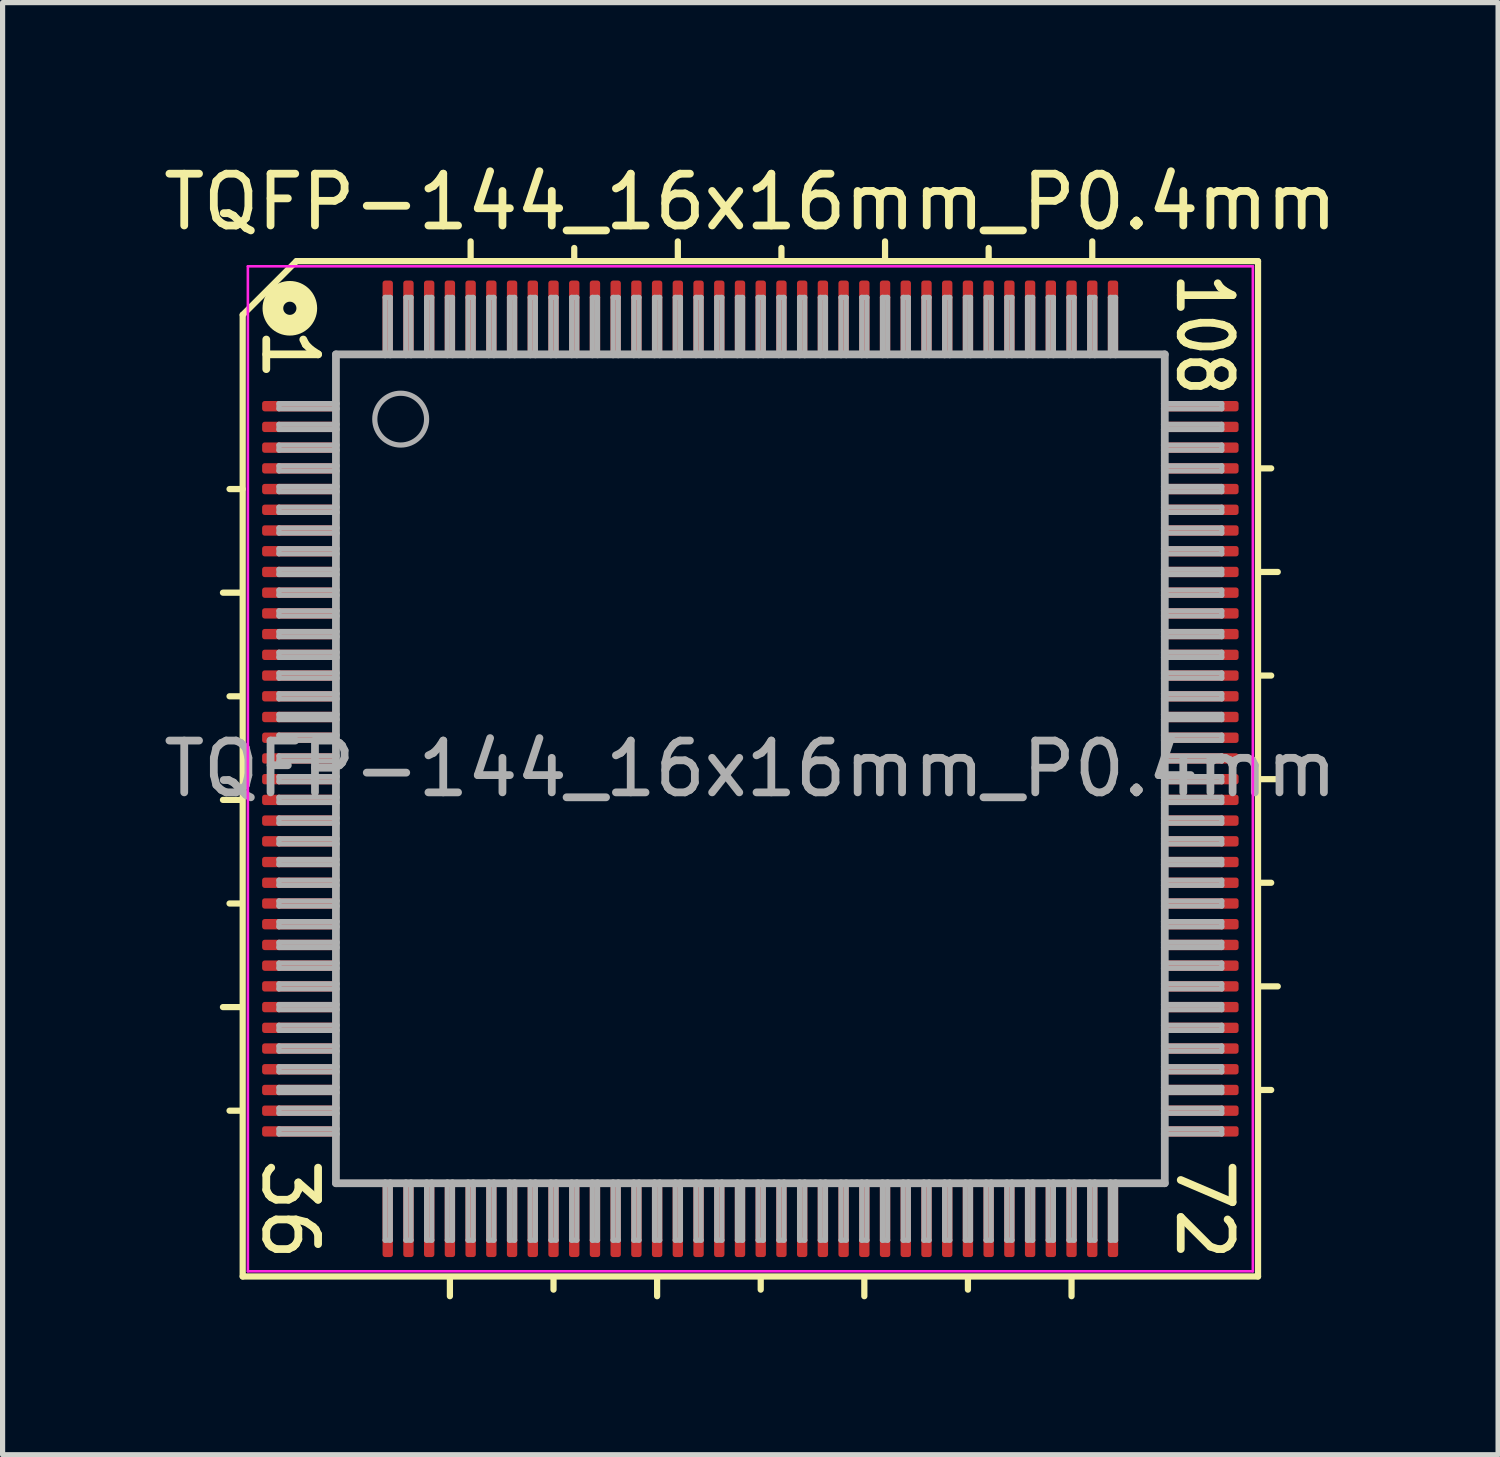
<source format=kicad_pcb>
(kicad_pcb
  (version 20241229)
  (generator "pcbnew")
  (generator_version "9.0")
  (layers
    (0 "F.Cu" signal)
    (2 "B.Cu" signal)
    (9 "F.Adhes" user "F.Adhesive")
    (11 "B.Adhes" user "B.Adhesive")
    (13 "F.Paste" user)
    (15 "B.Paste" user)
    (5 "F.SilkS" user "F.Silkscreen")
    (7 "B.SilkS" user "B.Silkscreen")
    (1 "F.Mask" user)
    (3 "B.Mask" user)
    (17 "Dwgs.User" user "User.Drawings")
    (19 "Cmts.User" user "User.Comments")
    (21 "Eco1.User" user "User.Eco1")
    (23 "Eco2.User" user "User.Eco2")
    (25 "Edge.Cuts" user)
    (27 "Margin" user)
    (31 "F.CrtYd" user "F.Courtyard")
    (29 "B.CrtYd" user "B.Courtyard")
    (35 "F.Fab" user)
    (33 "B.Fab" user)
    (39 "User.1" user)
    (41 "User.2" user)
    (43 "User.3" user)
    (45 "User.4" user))
  (footprint "TQFP-144_16x16mm_P0.4mm"
    (layer "F.Cu")
    (at 11.435 11.791)
    (property "Reference" "TQFP-144_16x16mm_P0.4mm" (at 0 -10.943 0) (layer "F.SilkS") (effects (font (size 1 1) (thickness 0.15))))
    (attr smd)
    (fp_line (start -10.181 -3.4) (end -9.821 -3.4) (stroke (width 0.12) (type solid)) (layer "F.SilkS"))
    (fp_line (start -10.181 0.6) (end -9.821 0.6) (stroke (width 0.12) (type solid)) (layer "F.SilkS"))
    (fp_line (start -10.181 4.6) (end -9.821 4.6) (stroke (width 0.12) (type solid)) (layer "F.SilkS"))
    (fp_line (start -10.054 -1.4) (end -9.821 -1.4) (stroke (width 0.12) (type solid)) (layer "F.SilkS"))
    (fp_line (start -10.054 2.6) (end -9.821 2.6) (stroke (width 0.12) (type solid)) (layer "F.SilkS"))
    (fp_line (start -10.054 6.6) (end -9.821 6.6) (stroke (width 0.12) (type solid)) (layer "F.SilkS"))
    (fp_line (start -9.8 -8.763) (end -9.8 9.8) (stroke (width 0.12) (type solid)) (layer "F.SilkS"))
    (fp_line (start -9.8 -5.4) (end -10.054 -5.4) (stroke (width 0.12) (type solid)) (layer "F.SilkS"))
    (fp_line (start -9.8 9.8) (end 9.8 9.8) (stroke (width 0.12) (type solid)) (layer "F.SilkS"))
    (fp_line (start -8.763 -9.8) (end -9.8 -8.763) (stroke (width 0.12) (type solid)) (layer "F.SilkS"))
    (fp_line (start -5.8 10.181) (end -5.8 9.821) (stroke (width 0.12) (type solid)) (layer "F.SilkS"))
    (fp_line (start -5.4 -9.821) (end -5.4 -10.181) (stroke (width 0.12) (type solid)) (layer "F.SilkS"))
    (fp_line (start -3.8 10.054) (end -3.8 9.821) (stroke (width 0.12) (type solid)) (layer "F.SilkS"))
    (fp_line (start -3.4 -9.821) (end -3.4 -10.054) (stroke (width 0.12) (type solid)) (layer "F.SilkS"))
    (fp_line (start -1.8 10.181) (end -1.8 9.821) (stroke (width 0.12) (type solid)) (layer "F.SilkS"))
    (fp_line (start -1.4 -9.821) (end -1.4 -10.181) (stroke (width 0.12) (type solid)) (layer "F.SilkS"))
    (fp_line (start 0.2 10.054) (end 0.2 9.821) (stroke (width 0.12) (type solid)) (layer "F.SilkS"))
    (fp_line (start 0.6 -9.821) (end 0.6 -10.054) (stroke (width 0.12) (type solid)) (layer "F.SilkS"))
    (fp_line (start 2.2 10.181) (end 2.2 9.821) (stroke (width 0.12) (type solid)) (layer "F.SilkS"))
    (fp_line (start 2.6 -9.821) (end 2.6 -10.181) (stroke (width 0.12) (type solid)) (layer "F.SilkS"))
    (fp_line (start 4.2 10.054) (end 4.2 9.821) (stroke (width 0.12) (type solid)) (layer "F.SilkS"))
    (fp_line (start 4.6 -9.821) (end 4.6 -10.054) (stroke (width 0.12) (type solid)) (layer "F.SilkS"))
    (fp_line (start 6.2 10.181) (end 6.2 9.821) (stroke (width 0.12) (type solid)) (layer "F.SilkS"))
    (fp_line (start 6.6 -9.821) (end 6.6 -10.181) (stroke (width 0.12) (type solid)) (layer "F.SilkS"))
    (fp_line (start 9.8 -9.8) (end -8.763 -9.8) (stroke (width 0.12) (type solid)) (layer "F.SilkS"))
    (fp_line (start 9.8 9.8) (end 9.8 -9.8) (stroke (width 0.12) (type solid)) (layer "F.SilkS"))
    (fp_line (start 9.821 -5.8) (end 10.054 -5.8) (stroke (width 0.12) (type solid)) (layer "F.SilkS"))
    (fp_line (start 9.821 -3.8) (end 10.181 -3.8) (stroke (width 0.12) (type solid)) (layer "F.SilkS"))
    (fp_line (start 9.821 -1.8) (end 10.054 -1.8) (stroke (width 0.12) (type solid)) (layer "F.SilkS"))
    (fp_line (start 9.821 0.2) (end 10.181 0.2) (stroke (width 0.12) (type solid)) (layer "F.SilkS"))
    (fp_line (start 9.821 2.2) (end 10.054 2.2) (stroke (width 0.12) (type solid)) (layer "F.SilkS"))
    (fp_line (start 9.821 4.2) (end 10.181 4.2) (stroke (width 0.12) (type solid)) (layer "F.SilkS"))
    (fp_line (start 9.821 6.2) (end 10.054 6.2) (stroke (width 0.12) (type solid)) (layer "F.SilkS"))
    (fp_circle (center -8.89 -8.89) (end -8.763 -8.89) (stroke (width 0.4) (type solid)) (fill no) (layer "F.SilkS"))
    (fp_line (start -9.7 -9.7) (end -9.7 9.7) (stroke (width 0.05) (type solid)) (layer "F.CrtYd"))
    (fp_line (start -9.7 -9.7) (end 9.7 -9.7) (stroke (width 0.05) (type solid)) (layer "F.CrtYd"))
    (fp_line (start -9.7 9.7) (end 9.7 9.7) (stroke (width 0.05) (type solid)) (layer "F.CrtYd"))
    (fp_line (start 9.7 -9.7) (end 9.7 9.7) (stroke (width 0.05) (type solid)) (layer "F.CrtYd"))
    (fp_line (start -9.1 -7.05) (end -9.1 -6.95) (stroke (width 0.1) (type solid)) (layer "F.Fab"))
    (fp_line (start -9.1 -7.05) (end -7.975 -7.05) (stroke (width 0.1) (type solid)) (layer "F.Fab"))
    (fp_line (start -9.1 -6.95) (end -7.975 -6.95) (stroke (width 0.1) (type solid)) (layer "F.Fab"))
    (fp_line (start -9.1 -6.65) (end -9.1 -6.55) (stroke (width 0.1) (type solid)) (layer "F.Fab"))
    (fp_line (start -9.1 -6.65) (end -7.975 -6.65) (stroke (width 0.1) (type solid)) (layer "F.Fab"))
    (fp_line (start -9.1 -6.55) (end -7.975 -6.55) (stroke (width 0.1) (type solid)) (layer "F.Fab"))
    (fp_line (start -9.1 -6.25) (end -9.1 -6.15) (stroke (width 0.1) (type solid)) (layer "F.Fab"))
    (fp_line (start -9.1 -6.25) (end -7.975 -6.25) (stroke (width 0.1) (type solid)) (layer "F.Fab"))
    (fp_line (start -9.1 -6.15) (end -7.975 -6.15) (stroke (width 0.1) (type solid)) (layer "F.Fab"))
    (fp_line (start -9.1 -5.85) (end -9.1 -5.75) (stroke (width 0.1) (type solid)) (layer "F.Fab"))
    (fp_line (start -9.1 -5.85) (end -7.975 -5.85) (stroke (width 0.1) (type solid)) (layer "F.Fab"))
    (fp_line (start -9.1 -5.75) (end -7.975 -5.75) (stroke (width 0.1) (type solid)) (layer "F.Fab"))
    (fp_line (start -9.1 -5.45) (end -9.1 -5.35) (stroke (width 0.1) (type solid)) (layer "F.Fab"))
    (fp_line (start -9.1 -5.45) (end -7.975 -5.45) (stroke (width 0.1) (type solid)) (layer "F.Fab"))
    (fp_line (start -9.1 -5.35) (end -7.975 -5.35) (stroke (width 0.1) (type solid)) (layer "F.Fab"))
    (fp_line (start -9.1 -5.05) (end -9.1 -4.95) (stroke (width 0.1) (type solid)) (layer "F.Fab"))
    (fp_line (start -9.1 -5.05) (end -7.975 -5.05) (stroke (width 0.1) (type solid)) (layer "F.Fab"))
    (fp_line (start -9.1 -4.95) (end -7.975 -4.95) (stroke (width 0.1) (type solid)) (layer "F.Fab"))
    (fp_line (start -9.1 -4.65) (end -9.1 -4.55) (stroke (width 0.1) (type solid)) (layer "F.Fab"))
    (fp_line (start -9.1 -4.65) (end -7.975 -4.65) (stroke (width 0.1) (type solid)) (layer "F.Fab"))
    (fp_line (start -9.1 -4.55) (end -7.975 -4.55) (stroke (width 0.1) (type solid)) (layer "F.Fab"))
    (fp_line (start -9.1 -4.25) (end -9.1 -4.15) (stroke (width 0.1) (type solid)) (layer "F.Fab"))
    (fp_line (start -9.1 -4.25) (end -7.975 -4.25) (stroke (width 0.1) (type solid)) (layer "F.Fab"))
    (fp_line (start -9.1 -4.15) (end -7.975 -4.15) (stroke (width 0.1) (type solid)) (layer "F.Fab"))
    (fp_line (start -9.1 -3.85) (end -9.1 -3.75) (stroke (width 0.1) (type solid)) (layer "F.Fab"))
    (fp_line (start -9.1 -3.85) (end -7.975 -3.85) (stroke (width 0.1) (type solid)) (layer "F.Fab"))
    (fp_line (start -9.1 -3.75) (end -7.975 -3.75) (stroke (width 0.1) (type solid)) (layer "F.Fab"))
    (fp_line (start -9.1 -3.45) (end -9.1 -3.35) (stroke (width 0.1) (type solid)) (layer "F.Fab"))
    (fp_line (start -9.1 -3.45) (end -7.975 -3.45) (stroke (width 0.1) (type solid)) (layer "F.Fab"))
    (fp_line (start -9.1 -3.35) (end -7.975 -3.35) (stroke (width 0.1) (type solid)) (layer "F.Fab"))
    (fp_line (start -9.1 -3.05) (end -9.1 -2.95) (stroke (width 0.1) (type solid)) (layer "F.Fab"))
    (fp_line (start -9.1 -3.05) (end -7.975 -3.05) (stroke (width 0.1) (type solid)) (layer "F.Fab"))
    (fp_line (start -9.1 -2.95) (end -7.975 -2.95) (stroke (width 0.1) (type solid)) (layer "F.Fab"))
    (fp_line (start -9.1 -2.65) (end -9.1 -2.55) (stroke (width 0.1) (type solid)) (layer "F.Fab"))
    (fp_line (start -9.1 -2.65) (end -7.975 -2.65) (stroke (width 0.1) (type solid)) (layer "F.Fab"))
    (fp_line (start -9.1 -2.55) (end -7.975 -2.55) (stroke (width 0.1) (type solid)) (layer "F.Fab"))
    (fp_line (start -9.1 -2.25) (end -9.1 -2.15) (stroke (width 0.1) (type solid)) (layer "F.Fab"))
    (fp_line (start -9.1 -2.25) (end -7.975 -2.25) (stroke (width 0.1) (type solid)) (layer "F.Fab"))
    (fp_line (start -9.1 -2.15) (end -7.975 -2.15) (stroke (width 0.1) (type solid)) (layer "F.Fab"))
    (fp_line (start -9.1 -1.85) (end -9.1 -1.75) (stroke (width 0.1) (type solid)) (layer "F.Fab"))
    (fp_line (start -9.1 -1.85) (end -7.975 -1.85) (stroke (width 0.1) (type solid)) (layer "F.Fab"))
    (fp_line (start -9.1 -1.75) (end -7.975 -1.75) (stroke (width 0.1) (type solid)) (layer "F.Fab"))
    (fp_line (start -9.1 -1.45) (end -9.1 -1.35) (stroke (width 0.1) (type solid)) (layer "F.Fab"))
    (fp_line (start -9.1 -1.45) (end -7.975 -1.45) (stroke (width 0.1) (type solid)) (layer "F.Fab"))
    (fp_line (start -9.1 -1.35) (end -7.975 -1.35) (stroke (width 0.1) (type solid)) (layer "F.Fab"))
    (fp_line (start -9.1 -1.05) (end -9.1 -0.95) (stroke (width 0.1) (type solid)) (layer "F.Fab"))
    (fp_line (start -9.1 -1.05) (end -7.975 -1.05) (stroke (width 0.1) (type solid)) (layer "F.Fab"))
    (fp_line (start -9.1 -0.95) (end -7.975 -0.95) (stroke (width 0.1) (type solid)) (layer "F.Fab"))
    (fp_line (start -9.1 -0.65) (end -9.1 -0.55) (stroke (width 0.1) (type solid)) (layer "F.Fab"))
    (fp_line (start -9.1 -0.65) (end -7.975 -0.65) (stroke (width 0.1) (type solid)) (layer "F.Fab"))
    (fp_line (start -9.1 -0.55) (end -7.975 -0.55) (stroke (width 0.1) (type solid)) (layer "F.Fab"))
    (fp_line (start -9.1 -0.25) (end -9.1 -0.15) (stroke (width 0.1) (type solid)) (layer "F.Fab"))
    (fp_line (start -9.1 -0.25) (end -7.975 -0.25) (stroke (width 0.1) (type solid)) (layer "F.Fab"))
    (fp_line (start -9.1 -0.15) (end -7.975 -0.15) (stroke (width 0.1) (type solid)) (layer "F.Fab"))
    (fp_line (start -9.1 0.15) (end -9.1 0.25) (stroke (width 0.1) (type solid)) (layer "F.Fab"))
    (fp_line (start -9.1 0.15) (end -7.975 0.15) (stroke (width 0.1) (type solid)) (layer "F.Fab"))
    (fp_line (start -9.1 0.25) (end -7.975 0.25) (stroke (width 0.1) (type solid)) (layer "F.Fab"))
    (fp_line (start -9.1 0.55) (end -9.1 0.65) (stroke (width 0.1) (type solid)) (layer "F.Fab"))
    (fp_line (start -9.1 0.55) (end -7.975 0.55) (stroke (width 0.1) (type solid)) (layer "F.Fab"))
    (fp_line (start -9.1 0.65) (end -7.975 0.65) (stroke (width 0.1) (type solid)) (layer "F.Fab"))
    (fp_line (start -9.1 0.95) (end -9.1 1.05) (stroke (width 0.1) (type solid)) (layer "F.Fab"))
    (fp_line (start -9.1 0.95) (end -7.975 0.95) (stroke (width 0.1) (type solid)) (layer "F.Fab"))
    (fp_line (start -9.1 1.05) (end -7.975 1.05) (stroke (width 0.1) (type solid)) (layer "F.Fab"))
    (fp_line (start -9.1 1.35) (end -9.1 1.45) (stroke (width 0.1) (type solid)) (layer "F.Fab"))
    (fp_line (start -9.1 1.35) (end -7.975 1.35) (stroke (width 0.1) (type solid)) (layer "F.Fab"))
    (fp_line (start -9.1 1.45) (end -7.975 1.45) (stroke (width 0.1) (type solid)) (layer "F.Fab"))
    (fp_line (start -9.1 1.75) (end -9.1 1.85) (stroke (width 0.1) (type solid)) (layer "F.Fab"))
    (fp_line (start -9.1 1.75) (end -7.975 1.75) (stroke (width 0.1) (type solid)) (layer "F.Fab"))
    (fp_line (start -9.1 1.85) (end -7.975 1.85) (stroke (width 0.1) (type solid)) (layer "F.Fab"))
    (fp_line (start -9.1 2.15) (end -9.1 2.25) (stroke (width 0.1) (type solid)) (layer "F.Fab"))
    (fp_line (start -9.1 2.15) (end -7.975 2.15) (stroke (width 0.1) (type solid)) (layer "F.Fab"))
    (fp_line (start -9.1 2.25) (end -7.975 2.25) (stroke (width 0.1) (type solid)) (layer "F.Fab"))
    (fp_line (start -9.1 2.55) (end -9.1 2.65) (stroke (width 0.1) (type solid)) (layer "F.Fab"))
    (fp_line (start -9.1 2.55) (end -7.975 2.55) (stroke (width 0.1) (type solid)) (layer "F.Fab"))
    (fp_line (start -9.1 2.65) (end -7.975 2.65) (stroke (width 0.1) (type solid)) (layer "F.Fab"))
    (fp_line (start -9.1 2.95) (end -9.1 3.05) (stroke (width 0.1) (type solid)) (layer "F.Fab"))
    (fp_line (start -9.1 2.95) (end -7.975 2.95) (stroke (width 0.1) (type solid)) (layer "F.Fab"))
    (fp_line (start -9.1 3.05) (end -7.975 3.05) (stroke (width 0.1) (type solid)) (layer "F.Fab"))
    (fp_line (start -9.1 3.35) (end -9.1 3.45) (stroke (width 0.1) (type solid)) (layer "F.Fab"))
    (fp_line (start -9.1 3.35) (end -7.975 3.35) (stroke (width 0.1) (type solid)) (layer "F.Fab"))
    (fp_line (start -9.1 3.45) (end -7.975 3.45) (stroke (width 0.1) (type solid)) (layer "F.Fab"))
    (fp_line (start -9.1 3.75) (end -9.1 3.85) (stroke (width 0.1) (type solid)) (layer "F.Fab"))
    (fp_line (start -9.1 3.75) (end -7.975 3.75) (stroke (width 0.1) (type solid)) (layer "F.Fab"))
    (fp_line (start -9.1 3.85) (end -7.975 3.85) (stroke (width 0.1) (type solid)) (layer "F.Fab"))
    (fp_line (start -9.1 4.15) (end -9.1 4.25) (stroke (width 0.1) (type solid)) (layer "F.Fab"))
    (fp_line (start -9.1 4.15) (end -7.975 4.15) (stroke (width 0.1) (type solid)) (layer "F.Fab"))
    (fp_line (start -9.1 4.25) (end -7.975 4.25) (stroke (width 0.1) (type solid)) (layer "F.Fab"))
    (fp_line (start -9.1 4.55) (end -9.1 4.65) (stroke (width 0.1) (type solid)) (layer "F.Fab"))
    (fp_line (start -9.1 4.55) (end -7.975 4.55) (stroke (width 0.1) (type solid)) (layer "F.Fab"))
    (fp_line (start -9.1 4.65) (end -7.975 4.65) (stroke (width 0.1) (type solid)) (layer "F.Fab"))
    (fp_line (start -9.1 4.95) (end -9.1 5.05) (stroke (width 0.1) (type solid)) (layer "F.Fab"))
    (fp_line (start -9.1 4.95) (end -7.975 4.95) (stroke (width 0.1) (type solid)) (layer "F.Fab"))
    (fp_line (start -9.1 5.05) (end -7.975 5.05) (stroke (width 0.1) (type solid)) (layer "F.Fab"))
    (fp_line (start -9.1 5.35) (end -9.1 5.45) (stroke (width 0.1) (type solid)) (layer "F.Fab"))
    (fp_line (start -9.1 5.35) (end -7.975 5.35) (stroke (width 0.1) (type solid)) (layer "F.Fab"))
    (fp_line (start -9.1 5.45) (end -7.975 5.45) (stroke (width 0.1) (type solid)) (layer "F.Fab"))
    (fp_line (start -9.1 5.75) (end -9.1 5.85) (stroke (width 0.1) (type solid)) (layer "F.Fab"))
    (fp_line (start -9.1 5.75) (end -7.975 5.75) (stroke (width 0.1) (type solid)) (layer "F.Fab"))
    (fp_line (start -9.1 5.85) (end -7.975 5.85) (stroke (width 0.1) (type solid)) (layer "F.Fab"))
    (fp_line (start -9.1 6.15) (end -9.1 6.25) (stroke (width 0.1) (type solid)) (layer "F.Fab"))
    (fp_line (start -9.1 6.15) (end -7.975 6.15) (stroke (width 0.1) (type solid)) (layer "F.Fab"))
    (fp_line (start -9.1 6.25) (end -7.975 6.25) (stroke (width 0.1) (type solid)) (layer "F.Fab"))
    (fp_line (start -9.1 6.55) (end -9.1 6.65) (stroke (width 0.1) (type solid)) (layer "F.Fab"))
    (fp_line (start -9.1 6.55) (end -7.975 6.55) (stroke (width 0.1) (type solid)) (layer "F.Fab"))
    (fp_line (start -9.1 6.65) (end -7.975 6.65) (stroke (width 0.1) (type solid)) (layer "F.Fab"))
    (fp_line (start -9.1 6.95) (end -9.1 7.05) (stroke (width 0.1) (type solid)) (layer "F.Fab"))
    (fp_line (start -9.1 6.95) (end -7.975 6.95) (stroke (width 0.1) (type solid)) (layer "F.Fab"))
    (fp_line (start -9.1 7.05) (end -7.975 7.05) (stroke (width 0.1) (type solid)) (layer "F.Fab"))
    (fp_line (start -8 -8) (end 8 -8) (stroke (width 0.15) (type solid)) (layer "F.Fab"))
    (fp_line (start -8 8) (end -8 -8) (stroke (width 0.15) (type solid)) (layer "F.Fab"))
    (fp_line (start -7.05 -9.1) (end -7.05 -7.975) (stroke (width 0.1) (type solid)) (layer "F.Fab"))
    (fp_line (start -7.05 9.1) (end -7.05 7.975) (stroke (width 0.1) (type solid)) (layer "F.Fab"))
    (fp_line (start -7.05 9.1) (end -6.95 9.1) (stroke (width 0.1) (type solid)) (layer "F.Fab"))
    (fp_line (start -6.95 -9.1) (end -7.05 -9.1) (stroke (width 0.1) (type solid)) (layer "F.Fab"))
    (fp_line (start -6.95 -9.1) (end -6.95 -7.975) (stroke (width 0.1) (type solid)) (layer "F.Fab"))
    (fp_line (start -6.95 9.1) (end -6.95 7.975) (stroke (width 0.1) (type solid)) (layer "F.Fab"))
    (fp_line (start -6.65 -9.1) (end -6.65 -7.975) (stroke (width 0.1) (type solid)) (layer "F.Fab"))
    (fp_line (start -6.65 9.1) (end -6.65 7.975) (stroke (width 0.1) (type solid)) (layer "F.Fab"))
    (fp_line (start -6.65 9.1) (end -6.55 9.1) (stroke (width 0.1) (type solid)) (layer "F.Fab"))
    (fp_line (start -6.55 -9.1) (end -6.65 -9.1) (stroke (width 0.1) (type solid)) (layer "F.Fab"))
    (fp_line (start -6.55 -9.1) (end -6.55 -7.975) (stroke (width 0.1) (type solid)) (layer "F.Fab"))
    (fp_line (start -6.55 9.1) (end -6.55 7.975) (stroke (width 0.1) (type solid)) (layer "F.Fab"))
    (fp_line (start -6.25 -9.1) (end -6.25 -7.975) (stroke (width 0.1) (type solid)) (layer "F.Fab"))
    (fp_line (start -6.25 9.1) (end -6.25 7.975) (stroke (width 0.1) (type solid)) (layer "F.Fab"))
    (fp_line (start -6.25 9.1) (end -6.15 9.1) (stroke (width 0.1) (type solid)) (layer "F.Fab"))
    (fp_line (start -6.15 -9.1) (end -6.25 -9.1) (stroke (width 0.1) (type solid)) (layer "F.Fab"))
    (fp_line (start -6.15 -9.1) (end -6.15 -7.975) (stroke (width 0.1) (type solid)) (layer "F.Fab"))
    (fp_line (start -6.15 9.1) (end -6.15 7.975) (stroke (width 0.1) (type solid)) (layer "F.Fab"))
    (fp_line (start -5.85 -9.1) (end -5.85 -7.975) (stroke (width 0.1) (type solid)) (layer "F.Fab"))
    (fp_line (start -5.85 9.1) (end -5.85 7.975) (stroke (width 0.1) (type solid)) (layer "F.Fab"))
    (fp_line (start -5.85 9.1) (end -5.75 9.1) (stroke (width 0.1) (type solid)) (layer "F.Fab"))
    (fp_line (start -5.75 -9.1) (end -5.85 -9.1) (stroke (width 0.1) (type solid)) (layer "F.Fab"))
    (fp_line (start -5.75 -9.1) (end -5.75 -7.975) (stroke (width 0.1) (type solid)) (layer "F.Fab"))
    (fp_line (start -5.75 9.1) (end -5.75 7.975) (stroke (width 0.1) (type solid)) (layer "F.Fab"))
    (fp_line (start -5.45 -9.1) (end -5.45 -7.975) (stroke (width 0.1) (type solid)) (layer "F.Fab"))
    (fp_line (start -5.45 9.1) (end -5.45 7.975) (stroke (width 0.1) (type solid)) (layer "F.Fab"))
    (fp_line (start -5.45 9.1) (end -5.35 9.1) (stroke (width 0.1) (type solid)) (layer "F.Fab"))
    (fp_line (start -5.35 -9.1) (end -5.45 -9.1) (stroke (width 0.1) (type solid)) (layer "F.Fab"))
    (fp_line (start -5.35 -9.1) (end -5.35 -7.975) (stroke (width 0.1) (type solid)) (layer "F.Fab"))
    (fp_line (start -5.35 9.1) (end -5.35 7.975) (stroke (width 0.1) (type solid)) (layer "F.Fab"))
    (fp_line (start -5.05 -9.1) (end -5.05 -7.975) (stroke (width 0.1) (type solid)) (layer "F.Fab"))
    (fp_line (start -5.05 9.1) (end -5.05 7.975) (stroke (width 0.1) (type solid)) (layer "F.Fab"))
    (fp_line (start -5.05 9.1) (end -4.95 9.1) (stroke (width 0.1) (type solid)) (layer "F.Fab"))
    (fp_line (start -4.95 -9.1) (end -5.05 -9.1) (stroke (width 0.1) (type solid)) (layer "F.Fab"))
    (fp_line (start -4.95 -9.1) (end -4.95 -7.975) (stroke (width 0.1) (type solid)) (layer "F.Fab"))
    (fp_line (start -4.95 9.1) (end -4.95 7.975) (stroke (width 0.1) (type solid)) (layer "F.Fab"))
    (fp_line (start -4.65 -9.1) (end -4.65 -7.975) (stroke (width 0.1) (type solid)) (layer "F.Fab"))
    (fp_line (start -4.65 9.1) (end -4.65 7.975) (stroke (width 0.1) (type solid)) (layer "F.Fab"))
    (fp_line (start -4.65 9.1) (end -4.55 9.1) (stroke (width 0.1) (type solid)) (layer "F.Fab"))
    (fp_line (start -4.55 -9.1) (end -4.65 -9.1) (stroke (width 0.1) (type solid)) (layer "F.Fab"))
    (fp_line (start -4.55 -9.1) (end -4.55 -7.975) (stroke (width 0.1) (type solid)) (layer "F.Fab"))
    (fp_line (start -4.55 9.1) (end -4.55 7.975) (stroke (width 0.1) (type solid)) (layer "F.Fab"))
    (fp_line (start -4.25 -9.1) (end -4.25 -7.975) (stroke (width 0.1) (type solid)) (layer "F.Fab"))
    (fp_line (start -4.25 9.1) (end -4.25 7.975) (stroke (width 0.1) (type solid)) (layer "F.Fab"))
    (fp_line (start -4.25 9.1) (end -4.15 9.1) (stroke (width 0.1) (type solid)) (layer "F.Fab"))
    (fp_line (start -4.15 -9.1) (end -4.25 -9.1) (stroke (width 0.1) (type solid)) (layer "F.Fab"))
    (fp_line (start -4.15 -9.1) (end -4.15 -7.975) (stroke (width 0.1) (type solid)) (layer "F.Fab"))
    (fp_line (start -4.15 9.1) (end -4.15 7.975) (stroke (width 0.1) (type solid)) (layer "F.Fab"))
    (fp_line (start -3.85 -9.1) (end -3.85 -7.975) (stroke (width 0.1) (type solid)) (layer "F.Fab"))
    (fp_line (start -3.85 9.1) (end -3.85 7.975) (stroke (width 0.1) (type solid)) (layer "F.Fab"))
    (fp_line (start -3.85 9.1) (end -3.75 9.1) (stroke (width 0.1) (type solid)) (layer "F.Fab"))
    (fp_line (start -3.75 -9.1) (end -3.85 -9.1) (stroke (width 0.1) (type solid)) (layer "F.Fab"))
    (fp_line (start -3.75 -9.1) (end -3.75 -7.975) (stroke (width 0.1) (type solid)) (layer "F.Fab"))
    (fp_line (start -3.75 9.1) (end -3.75 7.975) (stroke (width 0.1) (type solid)) (layer "F.Fab"))
    (fp_line (start -3.45 -9.1) (end -3.45 -7.975) (stroke (width 0.1) (type solid)) (layer "F.Fab"))
    (fp_line (start -3.45 9.1) (end -3.45 7.975) (stroke (width 0.1) (type solid)) (layer "F.Fab"))
    (fp_line (start -3.45 9.1) (end -3.35 9.1) (stroke (width 0.1) (type solid)) (layer "F.Fab"))
    (fp_line (start -3.35 -9.1) (end -3.45 -9.1) (stroke (width 0.1) (type solid)) (layer "F.Fab"))
    (fp_line (start -3.35 -9.1) (end -3.35 -7.975) (stroke (width 0.1) (type solid)) (layer "F.Fab"))
    (fp_line (start -3.35 9.1) (end -3.35 7.975) (stroke (width 0.1) (type solid)) (layer "F.Fab"))
    (fp_line (start -3.05 -9.1) (end -3.05 -7.975) (stroke (width 0.1) (type solid)) (layer "F.Fab"))
    (fp_line (start -3.05 9.1) (end -3.05 7.975) (stroke (width 0.1) (type solid)) (layer "F.Fab"))
    (fp_line (start -3.05 9.1) (end -2.95 9.1) (stroke (width 0.1) (type solid)) (layer "F.Fab"))
    (fp_line (start -2.95 -9.1) (end -3.05 -9.1) (stroke (width 0.1) (type solid)) (layer "F.Fab"))
    (fp_line (start -2.95 -9.1) (end -2.95 -7.975) (stroke (width 0.1) (type solid)) (layer "F.Fab"))
    (fp_line (start -2.95 9.1) (end -2.95 7.975) (stroke (width 0.1) (type solid)) (layer "F.Fab"))
    (fp_line (start -2.65 -9.1) (end -2.65 -7.975) (stroke (width 0.1) (type solid)) (layer "F.Fab"))
    (fp_line (start -2.65 9.1) (end -2.65 7.975) (stroke (width 0.1) (type solid)) (layer "F.Fab"))
    (fp_line (start -2.65 9.1) (end -2.55 9.1) (stroke (width 0.1) (type solid)) (layer "F.Fab"))
    (fp_line (start -2.55 -9.1) (end -2.65 -9.1) (stroke (width 0.1) (type solid)) (layer "F.Fab"))
    (fp_line (start -2.55 -9.1) (end -2.55 -7.975) (stroke (width 0.1) (type solid)) (layer "F.Fab"))
    (fp_line (start -2.55 9.1) (end -2.55 7.975) (stroke (width 0.1) (type solid)) (layer "F.Fab"))
    (fp_line (start -2.25 -9.1) (end -2.25 -7.975) (stroke (width 0.1) (type solid)) (layer "F.Fab"))
    (fp_line (start -2.25 9.1) (end -2.25 7.975) (stroke (width 0.1) (type solid)) (layer "F.Fab"))
    (fp_line (start -2.25 9.1) (end -2.15 9.1) (stroke (width 0.1) (type solid)) (layer "F.Fab"))
    (fp_line (start -2.15 -9.1) (end -2.25 -9.1) (stroke (width 0.1) (type solid)) (layer "F.Fab"))
    (fp_line (start -2.15 -9.1) (end -2.15 -7.975) (stroke (width 0.1) (type solid)) (layer "F.Fab"))
    (fp_line (start -2.15 9.1) (end -2.15 7.975) (stroke (width 0.1) (type solid)) (layer "F.Fab"))
    (fp_line (start -1.85 -9.1) (end -1.85 -7.975) (stroke (width 0.1) (type solid)) (layer "F.Fab"))
    (fp_line (start -1.85 9.1) (end -1.85 7.975) (stroke (width 0.1) (type solid)) (layer "F.Fab"))
    (fp_line (start -1.85 9.1) (end -1.75 9.1) (stroke (width 0.1) (type solid)) (layer "F.Fab"))
    (fp_line (start -1.75 -9.1) (end -1.85 -9.1) (stroke (width 0.1) (type solid)) (layer "F.Fab"))
    (fp_line (start -1.75 -9.1) (end -1.75 -7.975) (stroke (width 0.1) (type solid)) (layer "F.Fab"))
    (fp_line (start -1.75 9.1) (end -1.75 7.975) (stroke (width 0.1) (type solid)) (layer "F.Fab"))
    (fp_line (start -1.45 -9.1) (end -1.45 -7.975) (stroke (width 0.1) (type solid)) (layer "F.Fab"))
    (fp_line (start -1.45 9.1) (end -1.45 7.975) (stroke (width 0.1) (type solid)) (layer "F.Fab"))
    (fp_line (start -1.45 9.1) (end -1.35 9.1) (stroke (width 0.1) (type solid)) (layer "F.Fab"))
    (fp_line (start -1.35 -9.1) (end -1.45 -9.1) (stroke (width 0.1) (type solid)) (layer "F.Fab"))
    (fp_line (start -1.35 -9.1) (end -1.35 -7.975) (stroke (width 0.1) (type solid)) (layer "F.Fab"))
    (fp_line (start -1.35 9.1) (end -1.35 7.975) (stroke (width 0.1) (type solid)) (layer "F.Fab"))
    (fp_line (start -1.05 -9.1) (end -1.05 -7.975) (stroke (width 0.1) (type solid)) (layer "F.Fab"))
    (fp_line (start -1.05 9.1) (end -1.05 7.975) (stroke (width 0.1) (type solid)) (layer "F.Fab"))
    (fp_line (start -1.05 9.1) (end -0.95 9.1) (stroke (width 0.1) (type solid)) (layer "F.Fab"))
    (fp_line (start -0.95 -9.1) (end -1.05 -9.1) (stroke (width 0.1) (type solid)) (layer "F.Fab"))
    (fp_line (start -0.95 -9.1) (end -0.95 -7.975) (stroke (width 0.1) (type solid)) (layer "F.Fab"))
    (fp_line (start -0.95 9.1) (end -0.95 7.975) (stroke (width 0.1) (type solid)) (layer "F.Fab"))
    (fp_line (start -0.65 -9.1) (end -0.65 -7.975) (stroke (width 0.1) (type solid)) (layer "F.Fab"))
    (fp_line (start -0.65 9.1) (end -0.65 7.975) (stroke (width 0.1) (type solid)) (layer "F.Fab"))
    (fp_line (start -0.65 9.1) (end -0.55 9.1) (stroke (width 0.1) (type solid)) (layer "F.Fab"))
    (fp_line (start -0.55 -9.1) (end -0.65 -9.1) (stroke (width 0.1) (type solid)) (layer "F.Fab"))
    (fp_line (start -0.55 -9.1) (end -0.55 -7.975) (stroke (width 0.1) (type solid)) (layer "F.Fab"))
    (fp_line (start -0.55 9.1) (end -0.55 7.975) (stroke (width 0.1) (type solid)) (layer "F.Fab"))
    (fp_line (start -0.25 -9.1) (end -0.25 -7.975) (stroke (width 0.1) (type solid)) (layer "F.Fab"))
    (fp_line (start -0.25 9.1) (end -0.25 7.975) (stroke (width 0.1) (type solid)) (layer "F.Fab"))
    (fp_line (start -0.25 9.1) (end -0.15 9.1) (stroke (width 0.1) (type solid)) (layer "F.Fab"))
    (fp_line (start -0.15 -9.1) (end -0.25 -9.1) (stroke (width 0.1) (type solid)) (layer "F.Fab"))
    (fp_line (start -0.15 -9.1) (end -0.15 -7.975) (stroke (width 0.1) (type solid)) (layer "F.Fab"))
    (fp_line (start -0.15 9.1) (end -0.15 7.975) (stroke (width 0.1) (type solid)) (layer "F.Fab"))
    (fp_line (start 0.15 -9.1) (end 0.15 -7.975) (stroke (width 0.1) (type solid)) (layer "F.Fab"))
    (fp_line (start 0.15 9.1) (end 0.15 7.975) (stroke (width 0.1) (type solid)) (layer "F.Fab"))
    (fp_line (start 0.15 9.1) (end 0.25 9.1) (stroke (width 0.1) (type solid)) (layer "F.Fab"))
    (fp_line (start 0.25 -9.1) (end 0.15 -9.1) (stroke (width 0.1) (type solid)) (layer "F.Fab"))
    (fp_line (start 0.25 -9.1) (end 0.25 -7.975) (stroke (width 0.1) (type solid)) (layer "F.Fab"))
    (fp_line (start 0.25 9.1) (end 0.25 7.975) (stroke (width 0.1) (type solid)) (layer "F.Fab"))
    (fp_line (start 0.55 -9.1) (end 0.55 -7.975) (stroke (width 0.1) (type solid)) (layer "F.Fab"))
    (fp_line (start 0.55 9.1) (end 0.55 7.975) (stroke (width 0.1) (type solid)) (layer "F.Fab"))
    (fp_line (start 0.55 9.1) (end 0.65 9.1) (stroke (width 0.1) (type solid)) (layer "F.Fab"))
    (fp_line (start 0.65 -9.1) (end 0.55 -9.1) (stroke (width 0.1) (type solid)) (layer "F.Fab"))
    (fp_line (start 0.65 -9.1) (end 0.65 -7.975) (stroke (width 0.1) (type solid)) (layer "F.Fab"))
    (fp_line (start 0.65 9.1) (end 0.65 7.975) (stroke (width 0.1) (type solid)) (layer "F.Fab"))
    (fp_line (start 0.95 -9.1) (end 0.95 -7.975) (stroke (width 0.1) (type solid)) (layer "F.Fab"))
    (fp_line (start 0.95 9.1) (end 0.95 7.975) (stroke (width 0.1) (type solid)) (layer "F.Fab"))
    (fp_line (start 0.95 9.1) (end 1.05 9.1) (stroke (width 0.1) (type solid)) (layer "F.Fab"))
    (fp_line (start 1.05 -9.1) (end 0.95 -9.1) (stroke (width 0.1) (type solid)) (layer "F.Fab"))
    (fp_line (start 1.05 -9.1) (end 1.05 -7.975) (stroke (width 0.1) (type solid)) (layer "F.Fab"))
    (fp_line (start 1.05 9.1) (end 1.05 7.975) (stroke (width 0.1) (type solid)) (layer "F.Fab"))
    (fp_line (start 1.35 -9.1) (end 1.35 -7.975) (stroke (width 0.1) (type solid)) (layer "F.Fab"))
    (fp_line (start 1.35 9.1) (end 1.35 7.975) (stroke (width 0.1) (type solid)) (layer "F.Fab"))
    (fp_line (start 1.35 9.1) (end 1.45 9.1) (stroke (width 0.1) (type solid)) (layer "F.Fab"))
    (fp_line (start 1.45 -9.1) (end 1.35 -9.1) (stroke (width 0.1) (type solid)) (layer "F.Fab"))
    (fp_line (start 1.45 -9.1) (end 1.45 -7.975) (stroke (width 0.1) (type solid)) (layer "F.Fab"))
    (fp_line (start 1.45 9.1) (end 1.45 7.975) (stroke (width 0.1) (type solid)) (layer "F.Fab"))
    (fp_line (start 1.75 -9.1) (end 1.75 -7.975) (stroke (width 0.1) (type solid)) (layer "F.Fab"))
    (fp_line (start 1.75 9.1) (end 1.75 7.975) (stroke (width 0.1) (type solid)) (layer "F.Fab"))
    (fp_line (start 1.75 9.1) (end 1.85 9.1) (stroke (width 0.1) (type solid)) (layer "F.Fab"))
    (fp_line (start 1.85 -9.1) (end 1.75 -9.1) (stroke (width 0.1) (type solid)) (layer "F.Fab"))
    (fp_line (start 1.85 -9.1) (end 1.85 -7.975) (stroke (width 0.1) (type solid)) (layer "F.Fab"))
    (fp_line (start 1.85 9.1) (end 1.85 7.975) (stroke (width 0.1) (type solid)) (layer "F.Fab"))
    (fp_line (start 2.15 -9.1) (end 2.15 -7.975) (stroke (width 0.1) (type solid)) (layer "F.Fab"))
    (fp_line (start 2.15 9.1) (end 2.15 7.975) (stroke (width 0.1) (type solid)) (layer "F.Fab"))
    (fp_line (start 2.15 9.1) (end 2.25 9.1) (stroke (width 0.1) (type solid)) (layer "F.Fab"))
    (fp_line (start 2.25 -9.1) (end 2.15 -9.1) (stroke (width 0.1) (type solid)) (layer "F.Fab"))
    (fp_line (start 2.25 -9.1) (end 2.25 -7.975) (stroke (width 0.1) (type solid)) (layer "F.Fab"))
    (fp_line (start 2.25 9.1) (end 2.25 7.975) (stroke (width 0.1) (type solid)) (layer "F.Fab"))
    (fp_line (start 2.55 -9.1) (end 2.55 -7.975) (stroke (width 0.1) (type solid)) (layer "F.Fab"))
    (fp_line (start 2.55 9.1) (end 2.55 7.975) (stroke (width 0.1) (type solid)) (layer "F.Fab"))
    (fp_line (start 2.55 9.1) (end 2.65 9.1) (stroke (width 0.1) (type solid)) (layer "F.Fab"))
    (fp_line (start 2.65 -9.1) (end 2.55 -9.1) (stroke (width 0.1) (type solid)) (layer "F.Fab"))
    (fp_line (start 2.65 -9.1) (end 2.65 -7.975) (stroke (width 0.1) (type solid)) (layer "F.Fab"))
    (fp_line (start 2.65 9.1) (end 2.65 7.975) (stroke (width 0.1) (type solid)) (layer "F.Fab"))
    (fp_line (start 2.95 -9.1) (end 2.95 -7.975) (stroke (width 0.1) (type solid)) (layer "F.Fab"))
    (fp_line (start 2.95 9.1) (end 2.95 7.975) (stroke (width 0.1) (type solid)) (layer "F.Fab"))
    (fp_line (start 2.95 9.1) (end 3.05 9.1) (stroke (width 0.1) (type solid)) (layer "F.Fab"))
    (fp_line (start 3.05 -9.1) (end 2.95 -9.1) (stroke (width 0.1) (type solid)) (layer "F.Fab"))
    (fp_line (start 3.05 -9.1) (end 3.05 -7.975) (stroke (width 0.1) (type solid)) (layer "F.Fab"))
    (fp_line (start 3.05 9.1) (end 3.05 7.975) (stroke (width 0.1) (type solid)) (layer "F.Fab"))
    (fp_line (start 3.35 -9.1) (end 3.35 -7.975) (stroke (width 0.1) (type solid)) (layer "F.Fab"))
    (fp_line (start 3.35 9.1) (end 3.35 7.975) (stroke (width 0.1) (type solid)) (layer "F.Fab"))
    (fp_line (start 3.35 9.1) (end 3.45 9.1) (stroke (width 0.1) (type solid)) (layer "F.Fab"))
    (fp_line (start 3.45 -9.1) (end 3.35 -9.1) (stroke (width 0.1) (type solid)) (layer "F.Fab"))
    (fp_line (start 3.45 -9.1) (end 3.45 -7.975) (stroke (width 0.1) (type solid)) (layer "F.Fab"))
    (fp_line (start 3.45 9.1) (end 3.45 7.975) (stroke (width 0.1) (type solid)) (layer "F.Fab"))
    (fp_line (start 3.75 -9.1) (end 3.75 -7.975) (stroke (width 0.1) (type solid)) (layer "F.Fab"))
    (fp_line (start 3.75 9.1) (end 3.75 7.975) (stroke (width 0.1) (type solid)) (layer "F.Fab"))
    (fp_line (start 3.75 9.1) (end 3.85 9.1) (stroke (width 0.1) (type solid)) (layer "F.Fab"))
    (fp_line (start 3.85 -9.1) (end 3.75 -9.1) (stroke (width 0.1) (type solid)) (layer "F.Fab"))
    (fp_line (start 3.85 -9.1) (end 3.85 -7.975) (stroke (width 0.1) (type solid)) (layer "F.Fab"))
    (fp_line (start 3.85 9.1) (end 3.85 7.975) (stroke (width 0.1) (type solid)) (layer "F.Fab"))
    (fp_line (start 4.15 -9.1) (end 4.15 -7.975) (stroke (width 0.1) (type solid)) (layer "F.Fab"))
    (fp_line (start 4.15 9.1) (end 4.15 7.975) (stroke (width 0.1) (type solid)) (layer "F.Fab"))
    (fp_line (start 4.15 9.1) (end 4.25 9.1) (stroke (width 0.1) (type solid)) (layer "F.Fab"))
    (fp_line (start 4.25 -9.1) (end 4.15 -9.1) (stroke (width 0.1) (type solid)) (layer "F.Fab"))
    (fp_line (start 4.25 -9.1) (end 4.25 -7.975) (stroke (width 0.1) (type solid)) (layer "F.Fab"))
    (fp_line (start 4.25 9.1) (end 4.25 7.975) (stroke (width 0.1) (type solid)) (layer "F.Fab"))
    (fp_line (start 4.55 -9.1) (end 4.55 -7.975) (stroke (width 0.1) (type solid)) (layer "F.Fab"))
    (fp_line (start 4.55 9.1) (end 4.55 7.975) (stroke (width 0.1) (type solid)) (layer "F.Fab"))
    (fp_line (start 4.55 9.1) (end 4.65 9.1) (stroke (width 0.1) (type solid)) (layer "F.Fab"))
    (fp_line (start 4.65 -9.1) (end 4.55 -9.1) (stroke (width 0.1) (type solid)) (layer "F.Fab"))
    (fp_line (start 4.65 -9.1) (end 4.65 -7.975) (stroke (width 0.1) (type solid)) (layer "F.Fab"))
    (fp_line (start 4.65 9.1) (end 4.65 7.975) (stroke (width 0.1) (type solid)) (layer "F.Fab"))
    (fp_line (start 4.95 -9.1) (end 4.95 -7.975) (stroke (width 0.1) (type solid)) (layer "F.Fab"))
    (fp_line (start 4.95 9.1) (end 4.95 7.975) (stroke (width 0.1) (type solid)) (layer "F.Fab"))
    (fp_line (start 4.95 9.1) (end 5.05 9.1) (stroke (width 0.1) (type solid)) (layer "F.Fab"))
    (fp_line (start 5.05 -9.1) (end 4.95 -9.1) (stroke (width 0.1) (type solid)) (layer "F.Fab"))
    (fp_line (start 5.05 -9.1) (end 5.05 -7.975) (stroke (width 0.1) (type solid)) (layer "F.Fab"))
    (fp_line (start 5.05 9.1) (end 5.05 7.975) (stroke (width 0.1) (type solid)) (layer "F.Fab"))
    (fp_line (start 5.35 -9.1) (end 5.35 -7.975) (stroke (width 0.1) (type solid)) (layer "F.Fab"))
    (fp_line (start 5.35 9.1) (end 5.35 7.975) (stroke (width 0.1) (type solid)) (layer "F.Fab"))
    (fp_line (start 5.35 9.1) (end 5.45 9.1) (stroke (width 0.1) (type solid)) (layer "F.Fab"))
    (fp_line (start 5.45 -9.1) (end 5.35 -9.1) (stroke (width 0.1) (type solid)) (layer "F.Fab"))
    (fp_line (start 5.45 -9.1) (end 5.45 -7.975) (stroke (width 0.1) (type solid)) (layer "F.Fab"))
    (fp_line (start 5.45 9.1) (end 5.45 7.975) (stroke (width 0.1) (type solid)) (layer "F.Fab"))
    (fp_line (start 5.75 -9.1) (end 5.75 -7.975) (stroke (width 0.1) (type solid)) (layer "F.Fab"))
    (fp_line (start 5.75 9.1) (end 5.75 7.975) (stroke (width 0.1) (type solid)) (layer "F.Fab"))
    (fp_line (start 5.75 9.1) (end 5.85 9.1) (stroke (width 0.1) (type solid)) (layer "F.Fab"))
    (fp_line (start 5.85 -9.1) (end 5.75 -9.1) (stroke (width 0.1) (type solid)) (layer "F.Fab"))
    (fp_line (start 5.85 -9.1) (end 5.85 -7.975) (stroke (width 0.1) (type solid)) (layer "F.Fab"))
    (fp_line (start 5.85 9.1) (end 5.85 7.975) (stroke (width 0.1) (type solid)) (layer "F.Fab"))
    (fp_line (start 6.15 -9.1) (end 6.15 -7.975) (stroke (width 0.1) (type solid)) (layer "F.Fab"))
    (fp_line (start 6.15 9.1) (end 6.15 7.975) (stroke (width 0.1) (type solid)) (layer "F.Fab"))
    (fp_line (start 6.15 9.1) (end 6.25 9.1) (stroke (width 0.1) (type solid)) (layer "F.Fab"))
    (fp_line (start 6.25 -9.1) (end 6.15 -9.1) (stroke (width 0.1) (type solid)) (layer "F.Fab"))
    (fp_line (start 6.25 -9.1) (end 6.25 -7.975) (stroke (width 0.1) (type solid)) (layer "F.Fab"))
    (fp_line (start 6.25 9.1) (end 6.25 7.975) (stroke (width 0.1) (type solid)) (layer "F.Fab"))
    (fp_line (start 6.55 -9.1) (end 6.55 -7.975) (stroke (width 0.1) (type solid)) (layer "F.Fab"))
    (fp_line (start 6.55 9.1) (end 6.55 7.975) (stroke (width 0.1) (type solid)) (layer "F.Fab"))
    (fp_line (start 6.55 9.1) (end 6.65 9.1) (stroke (width 0.1) (type solid)) (layer "F.Fab"))
    (fp_line (start 6.65 -9.1) (end 6.55 -9.1) (stroke (width 0.1) (type solid)) (layer "F.Fab"))
    (fp_line (start 6.65 -9.1) (end 6.65 -7.975) (stroke (width 0.1) (type solid)) (layer "F.Fab"))
    (fp_line (start 6.65 9.1) (end 6.65 7.975) (stroke (width 0.1) (type solid)) (layer "F.Fab"))
    (fp_line (start 6.95 -9.1) (end 6.95 -7.975) (stroke (width 0.1) (type solid)) (layer "F.Fab"))
    (fp_line (start 6.95 9.1) (end 6.95 7.975) (stroke (width 0.1) (type solid)) (layer "F.Fab"))
    (fp_line (start 6.95 9.1) (end 7.05 9.1) (stroke (width 0.1) (type solid)) (layer "F.Fab"))
    (fp_line (start 7.05 -9.1) (end 6.95 -9.1) (stroke (width 0.1) (type solid)) (layer "F.Fab"))
    (fp_line (start 7.05 -9.1) (end 7.05 -7.975) (stroke (width 0.1) (type solid)) (layer "F.Fab"))
    (fp_line (start 7.05 9.1) (end 7.05 7.975) (stroke (width 0.1) (type solid)) (layer "F.Fab"))
    (fp_line (start 8 -8) (end 8 8) (stroke (width 0.15) (type solid)) (layer "F.Fab"))
    (fp_line (start 8 8) (end -8 8) (stroke (width 0.15) (type solid)) (layer "F.Fab"))
    (fp_line (start 9.1 -7.05) (end 7.975 -7.05) (stroke (width 0.1) (type solid)) (layer "F.Fab"))
    (fp_line (start 9.1 -6.95) (end 7.975 -6.95) (stroke (width 0.1) (type solid)) (layer "F.Fab"))
    (fp_line (start 9.1 -6.95) (end 9.1 -7.05) (stroke (width 0.1) (type solid)) (layer "F.Fab"))
    (fp_line (start 9.1 -6.65) (end 7.975 -6.65) (stroke (width 0.1) (type solid)) (layer "F.Fab"))
    (fp_line (start 9.1 -6.55) (end 7.975 -6.55) (stroke (width 0.1) (type solid)) (layer "F.Fab"))
    (fp_line (start 9.1 -6.55) (end 9.1 -6.65) (stroke (width 0.1) (type solid)) (layer "F.Fab"))
    (fp_line (start 9.1 -6.25) (end 7.975 -6.25) (stroke (width 0.1) (type solid)) (layer "F.Fab"))
    (fp_line (start 9.1 -6.15) (end 7.975 -6.15) (stroke (width 0.1) (type solid)) (layer "F.Fab"))
    (fp_line (start 9.1 -6.15) (end 9.1 -6.25) (stroke (width 0.1) (type solid)) (layer "F.Fab"))
    (fp_line (start 9.1 -5.85) (end 7.975 -5.85) (stroke (width 0.1) (type solid)) (layer "F.Fab"))
    (fp_line (start 9.1 -5.75) (end 7.975 -5.75) (stroke (width 0.1) (type solid)) (layer "F.Fab"))
    (fp_line (start 9.1 -5.75) (end 9.1 -5.85) (stroke (width 0.1) (type solid)) (layer "F.Fab"))
    (fp_line (start 9.1 -5.45) (end 7.975 -5.45) (stroke (width 0.1) (type solid)) (layer "F.Fab"))
    (fp_line (start 9.1 -5.35) (end 7.975 -5.35) (stroke (width 0.1) (type solid)) (layer "F.Fab"))
    (fp_line (start 9.1 -5.35) (end 9.1 -5.45) (stroke (width 0.1) (type solid)) (layer "F.Fab"))
    (fp_line (start 9.1 -5.05) (end 7.975 -5.05) (stroke (width 0.1) (type solid)) (layer "F.Fab"))
    (fp_line (start 9.1 -4.95) (end 7.975 -4.95) (stroke (width 0.1) (type solid)) (layer "F.Fab"))
    (fp_line (start 9.1 -4.95) (end 9.1 -5.05) (stroke (width 0.1) (type solid)) (layer "F.Fab"))
    (fp_line (start 9.1 -4.65) (end 7.975 -4.65) (stroke (width 0.1) (type solid)) (layer "F.Fab"))
    (fp_line (start 9.1 -4.55) (end 7.975 -4.55) (stroke (width 0.1) (type solid)) (layer "F.Fab"))
    (fp_line (start 9.1 -4.55) (end 9.1 -4.65) (stroke (width 0.1) (type solid)) (layer "F.Fab"))
    (fp_line (start 9.1 -4.25) (end 7.975 -4.25) (stroke (width 0.1) (type solid)) (layer "F.Fab"))
    (fp_line (start 9.1 -4.15) (end 7.975 -4.15) (stroke (width 0.1) (type solid)) (layer "F.Fab"))
    (fp_line (start 9.1 -4.15) (end 9.1 -4.25) (stroke (width 0.1) (type solid)) (layer "F.Fab"))
    (fp_line (start 9.1 -3.85) (end 7.975 -3.85) (stroke (width 0.1) (type solid)) (layer "F.Fab"))
    (fp_line (start 9.1 -3.75) (end 7.975 -3.75) (stroke (width 0.1) (type solid)) (layer "F.Fab"))
    (fp_line (start 9.1 -3.75) (end 9.1 -3.85) (stroke (width 0.1) (type solid)) (layer "F.Fab"))
    (fp_line (start 9.1 -3.45) (end 7.975 -3.45) (stroke (width 0.1) (type solid)) (layer "F.Fab"))
    (fp_line (start 9.1 -3.35) (end 7.975 -3.35) (stroke (width 0.1) (type solid)) (layer "F.Fab"))
    (fp_line (start 9.1 -3.35) (end 9.1 -3.45) (stroke (width 0.1) (type solid)) (layer "F.Fab"))
    (fp_line (start 9.1 -3.05) (end 7.975 -3.05) (stroke (width 0.1) (type solid)) (layer "F.Fab"))
    (fp_line (start 9.1 -2.95) (end 7.975 -2.95) (stroke (width 0.1) (type solid)) (layer "F.Fab"))
    (fp_line (start 9.1 -2.95) (end 9.1 -3.05) (stroke (width 0.1) (type solid)) (layer "F.Fab"))
    (fp_line (start 9.1 -2.65) (end 7.975 -2.65) (stroke (width 0.1) (type solid)) (layer "F.Fab"))
    (fp_line (start 9.1 -2.55) (end 7.975 -2.55) (stroke (width 0.1) (type solid)) (layer "F.Fab"))
    (fp_line (start 9.1 -2.55) (end 9.1 -2.65) (stroke (width 0.1) (type solid)) (layer "F.Fab"))
    (fp_line (start 9.1 -2.25) (end 7.975 -2.25) (stroke (width 0.1) (type solid)) (layer "F.Fab"))
    (fp_line (start 9.1 -2.15) (end 7.975 -2.15) (stroke (width 0.1) (type solid)) (layer "F.Fab"))
    (fp_line (start 9.1 -2.15) (end 9.1 -2.25) (stroke (width 0.1) (type solid)) (layer "F.Fab"))
    (fp_line (start 9.1 -1.85) (end 7.975 -1.85) (stroke (width 0.1) (type solid)) (layer "F.Fab"))
    (fp_line (start 9.1 -1.75) (end 7.975 -1.75) (stroke (width 0.1) (type solid)) (layer "F.Fab"))
    (fp_line (start 9.1 -1.75) (end 9.1 -1.85) (stroke (width 0.1) (type solid)) (layer "F.Fab"))
    (fp_line (start 9.1 -1.45) (end 7.975 -1.45) (stroke (width 0.1) (type solid)) (layer "F.Fab"))
    (fp_line (start 9.1 -1.35) (end 7.975 -1.35) (stroke (width 0.1) (type solid)) (layer "F.Fab"))
    (fp_line (start 9.1 -1.35) (end 9.1 -1.45) (stroke (width 0.1) (type solid)) (layer "F.Fab"))
    (fp_line (start 9.1 -1.05) (end 7.975 -1.05) (stroke (width 0.1) (type solid)) (layer "F.Fab"))
    (fp_line (start 9.1 -0.95) (end 7.975 -0.95) (stroke (width 0.1) (type solid)) (layer "F.Fab"))
    (fp_line (start 9.1 -0.95) (end 9.1 -1.05) (stroke (width 0.1) (type solid)) (layer "F.Fab"))
    (fp_line (start 9.1 -0.65) (end 7.975 -0.65) (stroke (width 0.1) (type solid)) (layer "F.Fab"))
    (fp_line (start 9.1 -0.55) (end 7.975 -0.55) (stroke (width 0.1) (type solid)) (layer "F.Fab"))
    (fp_line (start 9.1 -0.55) (end 9.1 -0.65) (stroke (width 0.1) (type solid)) (layer "F.Fab"))
    (fp_line (start 9.1 -0.25) (end 7.975 -0.25) (stroke (width 0.1) (type solid)) (layer "F.Fab"))
    (fp_line (start 9.1 -0.15) (end 7.975 -0.15) (stroke (width 0.1) (type solid)) (layer "F.Fab"))
    (fp_line (start 9.1 -0.15) (end 9.1 -0.25) (stroke (width 0.1) (type solid)) (layer "F.Fab"))
    (fp_line (start 9.1 0.15) (end 7.975 0.15) (stroke (width 0.1) (type solid)) (layer "F.Fab"))
    (fp_line (start 9.1 0.25) (end 7.975 0.25) (stroke (width 0.1) (type solid)) (layer "F.Fab"))
    (fp_line (start 9.1 0.25) (end 9.1 0.15) (stroke (width 0.1) (type solid)) (layer "F.Fab"))
    (fp_line (start 9.1 0.55) (end 7.975 0.55) (stroke (width 0.1) (type solid)) (layer "F.Fab"))
    (fp_line (start 9.1 0.65) (end 7.975 0.65) (stroke (width 0.1) (type solid)) (layer "F.Fab"))
    (fp_line (start 9.1 0.65) (end 9.1 0.55) (stroke (width 0.1) (type solid)) (layer "F.Fab"))
    (fp_line (start 9.1 0.95) (end 7.975 0.95) (stroke (width 0.1) (type solid)) (layer "F.Fab"))
    (fp_line (start 9.1 1.05) (end 7.975 1.05) (stroke (width 0.1) (type solid)) (layer "F.Fab"))
    (fp_line (start 9.1 1.05) (end 9.1 0.95) (stroke (width 0.1) (type solid)) (layer "F.Fab"))
    (fp_line (start 9.1 1.35) (end 7.975 1.35) (stroke (width 0.1) (type solid)) (layer "F.Fab"))
    (fp_line (start 9.1 1.45) (end 7.975 1.45) (stroke (width 0.1) (type solid)) (layer "F.Fab"))
    (fp_line (start 9.1 1.45) (end 9.1 1.35) (stroke (width 0.1) (type solid)) (layer "F.Fab"))
    (fp_line (start 9.1 1.75) (end 7.975 1.75) (stroke (width 0.1) (type solid)) (layer "F.Fab"))
    (fp_line (start 9.1 1.85) (end 7.975 1.85) (stroke (width 0.1) (type solid)) (layer "F.Fab"))
    (fp_line (start 9.1 1.85) (end 9.1 1.75) (stroke (width 0.1) (type solid)) (layer "F.Fab"))
    (fp_line (start 9.1 2.15) (end 7.975 2.15) (stroke (width 0.1) (type solid)) (layer "F.Fab"))
    (fp_line (start 9.1 2.25) (end 7.975 2.25) (stroke (width 0.1) (type solid)) (layer "F.Fab"))
    (fp_line (start 9.1 2.25) (end 9.1 2.15) (stroke (width 0.1) (type solid)) (layer "F.Fab"))
    (fp_line (start 9.1 2.55) (end 7.975 2.55) (stroke (width 0.1) (type solid)) (layer "F.Fab"))
    (fp_line (start 9.1 2.65) (end 7.975 2.65) (stroke (width 0.1) (type solid)) (layer "F.Fab"))
    (fp_line (start 9.1 2.65) (end 9.1 2.55) (stroke (width 0.1) (type solid)) (layer "F.Fab"))
    (fp_line (start 9.1 2.95) (end 7.975 2.95) (stroke (width 0.1) (type solid)) (layer "F.Fab"))
    (fp_line (start 9.1 3.05) (end 7.975 3.05) (stroke (width 0.1) (type solid)) (layer "F.Fab"))
    (fp_line (start 9.1 3.05) (end 9.1 2.95) (stroke (width 0.1) (type solid)) (layer "F.Fab"))
    (fp_line (start 9.1 3.35) (end 7.975 3.35) (stroke (width 0.1) (type solid)) (layer "F.Fab"))
    (fp_line (start 9.1 3.45) (end 7.975 3.45) (stroke (width 0.1) (type solid)) (layer "F.Fab"))
    (fp_line (start 9.1 3.45) (end 9.1 3.35) (stroke (width 0.1) (type solid)) (layer "F.Fab"))
    (fp_line (start 9.1 3.75) (end 7.975 3.75) (stroke (width 0.1) (type solid)) (layer "F.Fab"))
    (fp_line (start 9.1 3.85) (end 7.975 3.85) (stroke (width 0.1) (type solid)) (layer "F.Fab"))
    (fp_line (start 9.1 3.85) (end 9.1 3.75) (stroke (width 0.1) (type solid)) (layer "F.Fab"))
    (fp_line (start 9.1 4.15) (end 7.975 4.15) (stroke (width 0.1) (type solid)) (layer "F.Fab"))
    (fp_line (start 9.1 4.25) (end 7.975 4.25) (stroke (width 0.1) (type solid)) (layer "F.Fab"))
    (fp_line (start 9.1 4.25) (end 9.1 4.15) (stroke (width 0.1) (type solid)) (layer "F.Fab"))
    (fp_line (start 9.1 4.55) (end 7.975 4.55) (stroke (width 0.1) (type solid)) (layer "F.Fab"))
    (fp_line (start 9.1 4.65) (end 7.975 4.65) (stroke (width 0.1) (type solid)) (layer "F.Fab"))
    (fp_line (start 9.1 4.65) (end 9.1 4.55) (stroke (width 0.1) (type solid)) (layer "F.Fab"))
    (fp_line (start 9.1 4.95) (end 7.975 4.95) (stroke (width 0.1) (type solid)) (layer "F.Fab"))
    (fp_line (start 9.1 5.05) (end 7.975 5.05) (stroke (width 0.1) (type solid)) (layer "F.Fab"))
    (fp_line (start 9.1 5.05) (end 9.1 4.95) (stroke (width 0.1) (type solid)) (layer "F.Fab"))
    (fp_line (start 9.1 5.35) (end 7.975 5.35) (stroke (width 0.1) (type solid)) (layer "F.Fab"))
    (fp_line (start 9.1 5.45) (end 7.975 5.45) (stroke (width 0.1) (type solid)) (layer "F.Fab"))
    (fp_line (start 9.1 5.45) (end 9.1 5.35) (stroke (width 0.1) (type solid)) (layer "F.Fab"))
    (fp_line (start 9.1 5.75) (end 7.975 5.75) (stroke (width 0.1) (type solid)) (layer "F.Fab"))
    (fp_line (start 9.1 5.85) (end 7.975 5.85) (stroke (width 0.1) (type solid)) (layer "F.Fab"))
    (fp_line (start 9.1 5.85) (end 9.1 5.75) (stroke (width 0.1) (type solid)) (layer "F.Fab"))
    (fp_line (start 9.1 6.15) (end 7.975 6.15) (stroke (width 0.1) (type solid)) (layer "F.Fab"))
    (fp_line (start 9.1 6.25) (end 7.975 6.25) (stroke (width 0.1) (type solid)) (layer "F.Fab"))
    (fp_line (start 9.1 6.25) (end 9.1 6.15) (stroke (width 0.1) (type solid)) (layer "F.Fab"))
    (fp_line (start 9.1 6.55) (end 7.975 6.55) (stroke (width 0.1) (type solid)) (layer "F.Fab"))
    (fp_line (start 9.1 6.65) (end 7.975 6.65) (stroke (width 0.1) (type solid)) (layer "F.Fab"))
    (fp_line (start 9.1 6.65) (end 9.1 6.55) (stroke (width 0.1) (type solid)) (layer "F.Fab"))
    (fp_line (start 9.1 6.95) (end 7.975 6.95) (stroke (width 0.1) (type solid)) (layer "F.Fab"))
    (fp_line (start 9.1 7.05) (end 7.975 7.05) (stroke (width 0.1) (type solid)) (layer "F.Fab"))
    (fp_line (start 9.1 7.05) (end 9.1 6.95) (stroke (width 0.1) (type solid)) (layer "F.Fab"))
    (fp_circle (center -6.75 -6.75) (end -6.25 -6.75) (stroke (width 0.1) (type solid)) (fill no) (layer "F.Fab"))
    (fp_text user "108" (at 8.763 -8.382 270) (unlocked yes) (layer "F.SilkS") (effects (font (size 1 0.8) (thickness 0.15))))
    (fp_text user "36" (at -8.89 8.509 270) (unlocked yes) (layer "F.SilkS") (effects (font (size 1 1) (thickness 0.15))))
    (fp_text user "72" (at 8.763 8.509 270) (unlocked yes) (layer "F.SilkS") (effects (font (size 1 1) (thickness 0.15))))
    (fp_text user "1" (at -8.89 -8.001 270) (unlocked yes) (layer "F.SilkS") (effects (font (size 1 1) (thickness 0.15))))
    (fp_text user "${REFERENCE}" (at 0 0 0) (layer "F.Fab") (effects (font (size 1 1) (thickness 0.15))))
    (pad "1" smd roundrect (at -8.7 -7) (size 1.45 0.2) (layers "F.Cu" "F.Mask" "F.Paste") (roundrect_rratio 0.25))
    (pad "2" smd roundrect (at -8.7 -6.6) (size 1.45 0.2) (layers "F.Cu" "F.Mask" "F.Paste") (roundrect_rratio 0.25))
    (pad "3" smd roundrect (at -8.7 -6.2) (size 1.45 0.2) (layers "F.Cu" "F.Mask" "F.Paste") (roundrect_rratio 0.25))
    (pad "4" smd roundrect (at -8.7 -5.8) (size 1.45 0.2) (layers "F.Cu" "F.Mask" "F.Paste") (roundrect_rratio 0.25))
    (pad "5" smd roundrect (at -8.7 -5.4) (size 1.45 0.2) (layers "F.Cu" "F.Mask" "F.Paste") (roundrect_rratio 0.25))
    (pad "6" smd roundrect (at -8.7 -5) (size 1.45 0.2) (layers "F.Cu" "F.Mask" "F.Paste") (roundrect_rratio 0.25))
    (pad "7" smd roundrect (at -8.7 -4.6) (size 1.45 0.2) (layers "F.Cu" "F.Mask" "F.Paste") (roundrect_rratio 0.25))
    (pad "8" smd roundrect (at -8.7 -4.2) (size 1.45 0.2) (layers "F.Cu" "F.Mask" "F.Paste") (roundrect_rratio 0.25))
    (pad "9" smd roundrect (at -8.7 -3.8) (size 1.45 0.2) (layers "F.Cu" "F.Mask" "F.Paste") (roundrect_rratio 0.25))
    (pad "10" smd roundrect (at -8.7 -3.4) (size 1.45 0.2) (layers "F.Cu" "F.Mask" "F.Paste") (roundrect_rratio 0.25))
    (pad "11" smd roundrect (at -8.7 -3) (size 1.45 0.2) (layers "F.Cu" "F.Mask" "F.Paste") (roundrect_rratio 0.25))
    (pad "12" smd roundrect (at -8.7 -2.6) (size 1.45 0.2) (layers "F.Cu" "F.Mask" "F.Paste") (roundrect_rratio 0.25))
    (pad "13" smd roundrect (at -8.7 -2.2) (size 1.45 0.2) (layers "F.Cu" "F.Mask" "F.Paste") (roundrect_rratio 0.25))
    (pad "14" smd roundrect (at -8.7 -1.8) (size 1.45 0.2) (layers "F.Cu" "F.Mask" "F.Paste") (roundrect_rratio 0.25))
    (pad "15" smd roundrect (at -8.7 -1.4) (size 1.45 0.2) (layers "F.Cu" "F.Mask" "F.Paste") (roundrect_rratio 0.25))
    (pad "16" smd roundrect (at -8.7 -1) (size 1.45 0.2) (layers "F.Cu" "F.Mask" "F.Paste") (roundrect_rratio 0.25))
    (pad "17" smd roundrect (at -8.7 -0.6) (size 1.45 0.2) (layers "F.Cu" "F.Mask" "F.Paste") (roundrect_rratio 0.25))
    (pad "18" smd roundrect (at -8.7 -0.2) (size 1.45 0.2) (layers "F.Cu" "F.Mask" "F.Paste") (roundrect_rratio 0.25))
    (pad "19" smd roundrect (at -8.7 0.2) (size 1.45 0.2) (layers "F.Cu" "F.Mask" "F.Paste") (roundrect_rratio 0.25))
    (pad "20" smd roundrect (at -8.7 0.6) (size 1.45 0.2) (layers "F.Cu" "F.Mask" "F.Paste") (roundrect_rratio 0.25))
    (pad "21" smd roundrect (at -8.7 1) (size 1.45 0.2) (layers "F.Cu" "F.Mask" "F.Paste") (roundrect_rratio 0.25))
    (pad "22" smd roundrect (at -8.7 1.4) (size 1.45 0.2) (layers "F.Cu" "F.Mask" "F.Paste") (roundrect_rratio 0.25))
    (pad "23" smd roundrect (at -8.7 1.8) (size 1.45 0.2) (layers "F.Cu" "F.Mask" "F.Paste") (roundrect_rratio 0.25))
    (pad "24" smd roundrect (at -8.7 2.2) (size 1.45 0.2) (layers "F.Cu" "F.Mask" "F.Paste") (roundrect_rratio 0.25))
    (pad "25" smd roundrect (at -8.7 2.6) (size 1.45 0.2) (layers "F.Cu" "F.Mask" "F.Paste") (roundrect_rratio 0.25))
    (pad "26" smd roundrect (at -8.7 3) (size 1.45 0.2) (layers "F.Cu" "F.Mask" "F.Paste") (roundrect_rratio 0.25))
    (pad "27" smd roundrect (at -8.7 3.4) (size 1.45 0.2) (layers "F.Cu" "F.Mask" "F.Paste") (roundrect_rratio 0.25))
    (pad "28" smd roundrect (at -8.7 3.8) (size 1.45 0.2) (layers "F.Cu" "F.Mask" "F.Paste") (roundrect_rratio 0.25))
    (pad "29" smd roundrect (at -8.7 4.2) (size 1.45 0.2) (layers "F.Cu" "F.Mask" "F.Paste") (roundrect_rratio 0.25))
    (pad "30" smd roundrect (at -8.7 4.6) (size 1.45 0.2) (layers "F.Cu" "F.Mask" "F.Paste") (roundrect_rratio 0.25))
    (pad "31" smd roundrect (at -8.7 5) (size 1.45 0.2) (layers "F.Cu" "F.Mask" "F.Paste") (roundrect_rratio 0.25))
    (pad "32" smd roundrect (at -8.7 5.4) (size 1.45 0.2) (layers "F.Cu" "F.Mask" "F.Paste") (roundrect_rratio 0.25))
    (pad "33" smd roundrect (at -8.7 5.8) (size 1.45 0.2) (layers "F.Cu" "F.Mask" "F.Paste") (roundrect_rratio 0.25))
    (pad "34" smd roundrect (at -8.7 6.2) (size 1.45 0.2) (layers "F.Cu" "F.Mask" "F.Paste") (roundrect_rratio 0.25))
    (pad "35" smd roundrect (at -8.7 6.6) (size 1.45 0.2) (layers "F.Cu" "F.Mask" "F.Paste") (roundrect_rratio 0.25))
    (pad "36" smd roundrect (at -8.7 7) (size 1.45 0.2) (layers "F.Cu" "F.Mask" "F.Paste") (roundrect_rratio 0.25))
    (pad "37" smd roundrect (at -7 8.7 90) (size 1.45 0.2) (layers "F.Cu" "F.Mask" "F.Paste") (roundrect_rratio 0.25))
    (pad "38" smd roundrect (at -6.6 8.7 90) (size 1.45 0.2) (layers "F.Cu" "F.Mask" "F.Paste") (roundrect_rratio 0.25))
    (pad "39" smd roundrect (at -6.2 8.7 90) (size 1.45 0.2) (layers "F.Cu" "F.Mask" "F.Paste") (roundrect_rratio 0.25))
    (pad "40" smd roundrect (at -5.8 8.7 90) (size 1.45 0.2) (layers "F.Cu" "F.Mask" "F.Paste") (roundrect_rratio 0.25))
    (pad "41" smd roundrect (at -5.4 8.7 90) (size 1.45 0.2) (layers "F.Cu" "F.Mask" "F.Paste") (roundrect_rratio 0.25))
    (pad "42" smd roundrect (at -5 8.7 90) (size 1.45 0.2) (layers "F.Cu" "F.Mask" "F.Paste") (roundrect_rratio 0.25))
    (pad "43" smd roundrect (at -4.6 8.7 90) (size 1.45 0.2) (layers "F.Cu" "F.Mask" "F.Paste") (roundrect_rratio 0.25))
    (pad "44" smd roundrect (at -4.2 8.7 90) (size 1.45 0.2) (layers "F.Cu" "F.Mask" "F.Paste") (roundrect_rratio 0.25))
    (pad "45" smd roundrect (at -3.8 8.7 90) (size 1.45 0.2) (layers "F.Cu" "F.Mask" "F.Paste") (roundrect_rratio 0.25))
    (pad "46" smd roundrect (at -3.4 8.7 90) (size 1.45 0.2) (layers "F.Cu" "F.Mask" "F.Paste") (roundrect_rratio 0.25))
    (pad "47" smd roundrect (at -3 8.7 90) (size 1.45 0.2) (layers "F.Cu" "F.Mask" "F.Paste") (roundrect_rratio 0.25))
    (pad "48" smd roundrect (at -2.6 8.7 90) (size 1.45 0.2) (layers "F.Cu" "F.Mask" "F.Paste") (roundrect_rratio 0.25))
    (pad "49" smd roundrect (at -2.2 8.7 90) (size 1.45 0.2) (layers "F.Cu" "F.Mask" "F.Paste") (roundrect_rratio 0.25))
    (pad "50" smd roundrect (at -1.8 8.7 90) (size 1.45 0.2) (layers "F.Cu" "F.Mask" "F.Paste") (roundrect_rratio 0.25))
    (pad "51" smd roundrect (at -1.4 8.7 90) (size 1.45 0.2) (layers "F.Cu" "F.Mask" "F.Paste") (roundrect_rratio 0.25))
    (pad "52" smd roundrect (at -1 8.7 90) (size 1.45 0.2) (layers "F.Cu" "F.Mask" "F.Paste") (roundrect_rratio 0.25))
    (pad "53" smd roundrect (at -0.6 8.7 90) (size 1.45 0.2) (layers "F.Cu" "F.Mask" "F.Paste") (roundrect_rratio 0.25))
    (pad "54" smd roundrect (at -0.2 8.7 90) (size 1.45 0.2) (layers "F.Cu" "F.Mask" "F.Paste") (roundrect_rratio 0.25))
    (pad "55" smd roundrect (at 0.2 8.7 90) (size 1.45 0.2) (layers "F.Cu" "F.Mask" "F.Paste") (roundrect_rratio 0.25))
    (pad "56" smd roundrect (at 0.6 8.7 90) (size 1.45 0.2) (layers "F.Cu" "F.Mask" "F.Paste") (roundrect_rratio 0.25))
    (pad "57" smd roundrect (at 1 8.7 90) (size 1.45 0.2) (layers "F.Cu" "F.Mask" "F.Paste") (roundrect_rratio 0.25))
    (pad "58" smd roundrect (at 1.4 8.7 90) (size 1.45 0.2) (layers "F.Cu" "F.Mask" "F.Paste") (roundrect_rratio 0.25))
    (pad "59" smd roundrect (at 1.8 8.7 90) (size 1.45 0.2) (layers "F.Cu" "F.Mask" "F.Paste") (roundrect_rratio 0.25))
    (pad "60" smd roundrect (at 2.2 8.7 90) (size 1.45 0.2) (layers "F.Cu" "F.Mask" "F.Paste") (roundrect_rratio 0.25))
    (pad "61" smd roundrect (at 2.6 8.7 90) (size 1.45 0.2) (layers "F.Cu" "F.Mask" "F.Paste") (roundrect_rratio 0.25))
    (pad "62" smd roundrect (at 3 8.7 90) (size 1.45 0.2) (layers "F.Cu" "F.Mask" "F.Paste") (roundrect_rratio 0.25))
    (pad "63" smd roundrect (at 3.4 8.7 90) (size 1.45 0.2) (layers "F.Cu" "F.Mask" "F.Paste") (roundrect_rratio 0.25))
    (pad "64" smd roundrect (at 3.8 8.7 90) (size 1.45 0.2) (layers "F.Cu" "F.Mask" "F.Paste") (roundrect_rratio 0.25))
    (pad "65" smd roundrect (at 4.2 8.7 90) (size 1.45 0.2) (layers "F.Cu" "F.Mask" "F.Paste") (roundrect_rratio 0.25))
    (pad "66" smd roundrect (at 4.6 8.7 90) (size 1.45 0.2) (layers "F.Cu" "F.Mask" "F.Paste") (roundrect_rratio 0.25))
    (pad "67" smd roundrect (at 5 8.7 90) (size 1.45 0.2) (layers "F.Cu" "F.Mask" "F.Paste") (roundrect_rratio 0.25))
    (pad "68" smd roundrect (at 5.4 8.7 90) (size 1.45 0.2) (layers "F.Cu" "F.Mask" "F.Paste") (roundrect_rratio 0.25))
    (pad "69" smd roundrect (at 5.8 8.7 90) (size 1.45 0.2) (layers "F.Cu" "F.Mask" "F.Paste") (roundrect_rratio 0.25))
    (pad "70" smd roundrect (at 6.2 8.7 90) (size 1.45 0.2) (layers "F.Cu" "F.Mask" "F.Paste") (roundrect_rratio 0.25))
    (pad "71" smd roundrect (at 6.6 8.7 90) (size 1.45 0.2) (layers "F.Cu" "F.Mask" "F.Paste") (roundrect_rratio 0.25))
    (pad "72" smd roundrect (at 7 8.7 90) (size 1.45 0.2) (layers "F.Cu" "F.Mask" "F.Paste") (roundrect_rratio 0.25))
    (pad "73" smd roundrect (at 8.7 7) (size 1.45 0.2) (layers "F.Cu" "F.Mask" "F.Paste") (roundrect_rratio 0.25))
    (pad "74" smd roundrect (at 8.7 6.6) (size 1.45 0.2) (layers "F.Cu" "F.Mask" "F.Paste") (roundrect_rratio 0.25))
    (pad "75" smd roundrect (at 8.7 6.2) (size 1.45 0.2) (layers "F.Cu" "F.Mask" "F.Paste") (roundrect_rratio 0.25))
    (pad "76" smd roundrect (at 8.7 5.8) (size 1.45 0.2) (layers "F.Cu" "F.Mask" "F.Paste") (roundrect_rratio 0.25))
    (pad "77" smd roundrect (at 8.7 5.4) (size 1.45 0.2) (layers "F.Cu" "F.Mask" "F.Paste") (roundrect_rratio 0.25))
    (pad "78" smd roundrect (at 8.7 5) (size 1.45 0.2) (layers "F.Cu" "F.Mask" "F.Paste") (roundrect_rratio 0.25))
    (pad "79" smd roundrect (at 8.7 4.6) (size 1.45 0.2) (layers "F.Cu" "F.Mask" "F.Paste") (roundrect_rratio 0.25))
    (pad "80" smd roundrect (at 8.7 4.2) (size 1.45 0.2) (layers "F.Cu" "F.Mask" "F.Paste") (roundrect_rratio 0.25))
    (pad "81" smd roundrect (at 8.7 3.8) (size 1.45 0.2) (layers "F.Cu" "F.Mask" "F.Paste") (roundrect_rratio 0.25))
    (pad "82" smd roundrect (at 8.7 3.4) (size 1.45 0.2) (layers "F.Cu" "F.Mask" "F.Paste") (roundrect_rratio 0.25))
    (pad "83" smd roundrect (at 8.7 3) (size 1.45 0.2) (layers "F.Cu" "F.Mask" "F.Paste") (roundrect_rratio 0.25))
    (pad "84" smd roundrect (at 8.7 2.6) (size 1.45 0.2) (layers "F.Cu" "F.Mask" "F.Paste") (roundrect_rratio 0.25))
    (pad "85" smd roundrect (at 8.7 2.2) (size 1.45 0.2) (layers "F.Cu" "F.Mask" "F.Paste") (roundrect_rratio 0.25))
    (pad "86" smd roundrect (at 8.7 1.8) (size 1.45 0.2) (layers "F.Cu" "F.Mask" "F.Paste") (roundrect_rratio 0.25))
    (pad "87" smd roundrect (at 8.7 1.4) (size 1.45 0.2) (layers "F.Cu" "F.Mask" "F.Paste") (roundrect_rratio 0.25))
    (pad "88" smd roundrect (at 8.7 1) (size 1.45 0.2) (layers "F.Cu" "F.Mask" "F.Paste") (roundrect_rratio 0.25))
    (pad "89" smd roundrect (at 8.7 0.6) (size 1.45 0.2) (layers "F.Cu" "F.Mask" "F.Paste") (roundrect_rratio 0.25))
    (pad "90" smd roundrect (at 8.7 0.2) (size 1.45 0.2) (layers "F.Cu" "F.Mask" "F.Paste") (roundrect_rratio 0.25))
    (pad "91" smd roundrect (at 8.7 -0.2) (size 1.45 0.2) (layers "F.Cu" "F.Mask" "F.Paste") (roundrect_rratio 0.25))
    (pad "92" smd roundrect (at 8.7 -0.6) (size 1.45 0.2) (layers "F.Cu" "F.Mask" "F.Paste") (roundrect_rratio 0.25))
    (pad "93" smd roundrect (at 8.7 -1) (size 1.45 0.2) (layers "F.Cu" "F.Mask" "F.Paste") (roundrect_rratio 0.25))
    (pad "94" smd roundrect (at 8.7 -1.4) (size 1.45 0.2) (layers "F.Cu" "F.Mask" "F.Paste") (roundrect_rratio 0.25))
    (pad "95" smd roundrect (at 8.7 -1.8) (size 1.45 0.2) (layers "F.Cu" "F.Mask" "F.Paste") (roundrect_rratio 0.25))
    (pad "96" smd roundrect (at 8.7 -2.2) (size 1.45 0.2) (layers "F.Cu" "F.Mask" "F.Paste") (roundrect_rratio 0.25))
    (pad "97" smd roundrect (at 8.7 -2.6) (size 1.45 0.2) (layers "F.Cu" "F.Mask" "F.Paste") (roundrect_rratio 0.25))
    (pad "98" smd roundrect (at 8.7 -3) (size 1.45 0.2) (layers "F.Cu" "F.Mask" "F.Paste") (roundrect_rratio 0.25))
    (pad "99" smd roundrect (at 8.7 -3.4) (size 1.45 0.2) (layers "F.Cu" "F.Mask" "F.Paste") (roundrect_rratio 0.25))
    (pad "100" smd roundrect (at 8.7 -3.8) (size 1.45 0.2) (layers "F.Cu" "F.Mask" "F.Paste") (roundrect_rratio 0.25))
    (pad "101" smd roundrect (at 8.7 -4.2) (size 1.45 0.2) (layers "F.Cu" "F.Mask" "F.Paste") (roundrect_rratio 0.25))
    (pad "102" smd roundrect (at 8.7 -4.6) (size 1.45 0.2) (layers "F.Cu" "F.Mask" "F.Paste") (roundrect_rratio 0.25))
    (pad "103" smd roundrect (at 8.7 -5) (size 1.45 0.2) (layers "F.Cu" "F.Mask" "F.Paste") (roundrect_rratio 0.25))
    (pad "104" smd roundrect (at 8.7 -5.4) (size 1.45 0.2) (layers "F.Cu" "F.Mask" "F.Paste") (roundrect_rratio 0.25))
    (pad "105" smd roundrect (at 8.7 -5.8) (size 1.45 0.2) (layers "F.Cu" "F.Mask" "F.Paste") (roundrect_rratio 0.25))
    (pad "106" smd roundrect (at 8.7 -6.2) (size 1.45 0.2) (layers "F.Cu" "F.Mask" "F.Paste") (roundrect_rratio 0.25))
    (pad "107" smd roundrect (at 8.7 -6.6) (size 1.45 0.2) (layers "F.Cu" "F.Mask" "F.Paste") (roundrect_rratio 0.25))
    (pad "108" smd roundrect (at 8.7 -7) (size 1.45 0.2) (layers "F.Cu" "F.Mask" "F.Paste") (roundrect_rratio 0.25))
    (pad "109" smd roundrect (at 7 -8.7 90) (size 1.45 0.2) (layers "F.Cu" "F.Mask" "F.Paste") (roundrect_rratio 0.25))
    (pad "110" smd roundrect (at 6.6 -8.7 90) (size 1.45 0.2) (layers "F.Cu" "F.Mask" "F.Paste") (roundrect_rratio 0.25))
    (pad "111" smd roundrect (at 6.2 -8.7 90) (size 1.45 0.2) (layers "F.Cu" "F.Mask" "F.Paste") (roundrect_rratio 0.25))
    (pad "112" smd roundrect (at 5.8 -8.7 90) (size 1.45 0.2) (layers "F.Cu" "F.Mask" "F.Paste") (roundrect_rratio 0.25))
    (pad "113" smd roundrect (at 5.4 -8.7 90) (size 1.45 0.2) (layers "F.Cu" "F.Mask" "F.Paste") (roundrect_rratio 0.25))
    (pad "114" smd roundrect (at 5 -8.7 90) (size 1.45 0.2) (layers "F.Cu" "F.Mask" "F.Paste") (roundrect_rratio 0.25))
    (pad "115" smd roundrect (at 4.6 -8.7 90) (size 1.45 0.2) (layers "F.Cu" "F.Mask" "F.Paste") (roundrect_rratio 0.25))
    (pad "116" smd roundrect (at 4.2 -8.7 90) (size 1.45 0.2) (layers "F.Cu" "F.Mask" "F.Paste") (roundrect_rratio 0.25))
    (pad "117" smd roundrect (at 3.8 -8.7 90) (size 1.45 0.2) (layers "F.Cu" "F.Mask" "F.Paste") (roundrect_rratio 0.25))
    (pad "118" smd roundrect (at 3.4 -8.7 90) (size 1.45 0.2) (layers "F.Cu" "F.Mask" "F.Paste") (roundrect_rratio 0.25))
    (pad "119" smd roundrect (at 3 -8.7 90) (size 1.45 0.2) (layers "F.Cu" "F.Mask" "F.Paste") (roundrect_rratio 0.25))
    (pad "120" smd roundrect (at 2.6 -8.7 90) (size 1.45 0.2) (layers "F.Cu" "F.Mask" "F.Paste") (roundrect_rratio 0.25))
    (pad "121" smd roundrect (at 2.2 -8.7 90) (size 1.45 0.2) (layers "F.Cu" "F.Mask" "F.Paste") (roundrect_rratio 0.25))
    (pad "122" smd roundrect (at 1.8 -8.7 90) (size 1.45 0.2) (layers "F.Cu" "F.Mask" "F.Paste") (roundrect_rratio 0.25))
    (pad "123" smd roundrect (at 1.4 -8.7 90) (size 1.45 0.2) (layers "F.Cu" "F.Mask" "F.Paste") (roundrect_rratio 0.25))
    (pad "124" smd roundrect (at 1 -8.7 90) (size 1.45 0.2) (layers "F.Cu" "F.Mask" "F.Paste") (roundrect_rratio 0.25))
    (pad "125" smd roundrect (at 0.6 -8.7 90) (size 1.45 0.2) (layers "F.Cu" "F.Mask" "F.Paste") (roundrect_rratio 0.25))
    (pad "126" smd roundrect (at 0.2 -8.7 90) (size 1.45 0.2) (layers "F.Cu" "F.Mask" "F.Paste") (roundrect_rratio 0.25))
    (pad "127" smd roundrect (at -0.2 -8.7 90) (size 1.45 0.2) (layers "F.Cu" "F.Mask" "F.Paste") (roundrect_rratio 0.25))
    (pad "128" smd roundrect (at -0.6 -8.7 90) (size 1.45 0.2) (layers "F.Cu" "F.Mask" "F.Paste") (roundrect_rratio 0.25))
    (pad "129" smd roundrect (at -1 -8.7 90) (size 1.45 0.2) (layers "F.Cu" "F.Mask" "F.Paste") (roundrect_rratio 0.25))
    (pad "130" smd roundrect (at -1.4 -8.7 90) (size 1.45 0.2) (layers "F.Cu" "F.Mask" "F.Paste") (roundrect_rratio 0.25))
    (pad "131" smd roundrect (at -1.8 -8.7 90) (size 1.45 0.2) (layers "F.Cu" "F.Mask" "F.Paste") (roundrect_rratio 0.25))
    (pad "132" smd roundrect (at -2.2 -8.7 90) (size 1.45 0.2) (layers "F.Cu" "F.Mask" "F.Paste") (roundrect_rratio 0.25))
    (pad "133" smd roundrect (at -2.6 -8.7 90) (size 1.45 0.2) (layers "F.Cu" "F.Mask" "F.Paste") (roundrect_rratio 0.25))
    (pad "134" smd roundrect (at -3 -8.7 90) (size 1.45 0.2) (layers "F.Cu" "F.Mask" "F.Paste") (roundrect_rratio 0.25))
    (pad "135" smd roundrect (at -3.4 -8.7 90) (size 1.45 0.2) (layers "F.Cu" "F.Mask" "F.Paste") (roundrect_rratio 0.25))
    (pad "136" smd roundrect (at -3.8 -8.7 90) (size 1.45 0.2) (layers "F.Cu" "F.Mask" "F.Paste") (roundrect_rratio 0.25))
    (pad "137" smd roundrect (at -4.2 -8.7 90) (size 1.45 0.2) (layers "F.Cu" "F.Mask" "F.Paste") (roundrect_rratio 0.25))
    (pad "138" smd roundrect (at -4.6 -8.7 90) (size 1.45 0.2) (layers "F.Cu" "F.Mask" "F.Paste") (roundrect_rratio 0.25))
    (pad "139" smd roundrect (at -5 -8.7 90) (size 1.45 0.2) (layers "F.Cu" "F.Mask" "F.Paste") (roundrect_rratio 0.25))
    (pad "140" smd roundrect (at -5.4 -8.7 90) (size 1.45 0.2) (layers "F.Cu" "F.Mask" "F.Paste") (roundrect_rratio 0.25))
    (pad "141" smd roundrect (at -5.8 -8.7 90) (size 1.45 0.2) (layers "F.Cu" "F.Mask" "F.Paste") (roundrect_rratio 0.25))
    (pad "142" smd roundrect (at -6.2 -8.7 90) (size 1.45 0.2) (layers "F.Cu" "F.Mask" "F.Paste") (roundrect_rratio 0.25))
    (pad "143" smd roundrect (at -6.6 -8.7 90) (size 1.45 0.2) (layers "F.Cu" "F.Mask" "F.Paste") (roundrect_rratio 0.25))
    (pad "144" smd roundrect (at -7 -8.7 90) (size 1.45 0.2) (layers "F.Cu" "F.Mask" "F.Paste") (roundrect_rratio 0.25)))
  (gr_rect
    (start -3 -3)
    (end 25.869 25.032)
    (stroke (width 0.1) (type default))
    (fill no)
    (layer "Edge.Cuts")))
</source>
